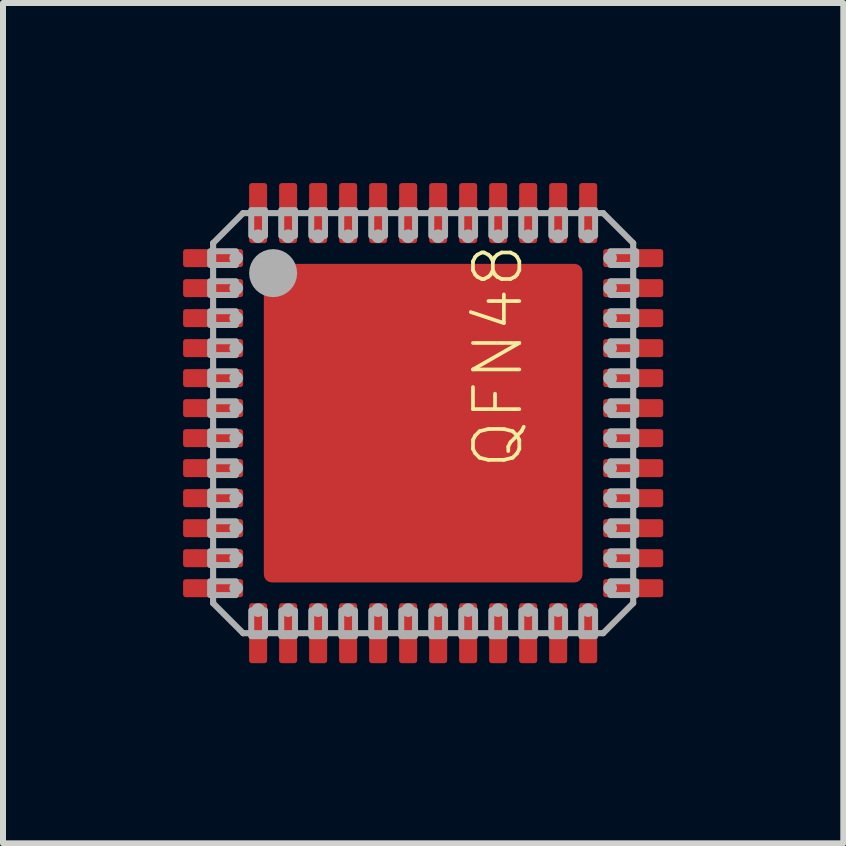
<source format=kicad_pcb>
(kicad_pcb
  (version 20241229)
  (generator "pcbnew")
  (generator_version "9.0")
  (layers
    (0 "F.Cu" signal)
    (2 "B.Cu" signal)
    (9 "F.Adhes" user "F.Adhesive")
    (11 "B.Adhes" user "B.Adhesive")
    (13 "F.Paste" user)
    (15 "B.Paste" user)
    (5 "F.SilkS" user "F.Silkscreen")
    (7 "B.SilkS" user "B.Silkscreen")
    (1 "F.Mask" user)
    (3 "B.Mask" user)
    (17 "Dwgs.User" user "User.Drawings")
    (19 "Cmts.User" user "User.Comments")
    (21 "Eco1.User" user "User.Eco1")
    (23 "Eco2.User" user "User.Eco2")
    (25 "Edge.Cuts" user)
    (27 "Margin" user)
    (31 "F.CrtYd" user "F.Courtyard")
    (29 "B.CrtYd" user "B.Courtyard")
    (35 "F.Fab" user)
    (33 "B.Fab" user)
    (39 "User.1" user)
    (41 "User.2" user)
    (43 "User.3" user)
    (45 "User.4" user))
  (footprint "QFN48"
    (layer "F.Cu")
    (at 4.001 4.001)
    (property "Reference" "QFN48" (at 1.7 0.8 90) (layer "F.SilkS") (effects (font (size 0.772 0.772) (thickness 0.062)) (justify left bottom)))
    (attr through_hole)
    (fp_line (start -3.95 -2.845) (end -3.055 -2.845) (stroke (width 0.102) (type solid)) (layer "F.Mask"))
    (fp_line (start -3.95 -2.655) (end -3.95 -2.845) (stroke (width 0.102) (type solid)) (layer "F.Mask"))
    (fp_line (start -3.95 -2.345) (end -3.055 -2.345) (stroke (width 0.102) (type solid)) (layer "F.Mask"))
    (fp_line (start -3.95 -2.155) (end -3.95 -2.345) (stroke (width 0.102) (type solid)) (layer "F.Mask"))
    (fp_line (start -3.95 -1.845) (end -3.055 -1.845) (stroke (width 0.102) (type solid)) (layer "F.Mask"))
    (fp_line (start -3.95 -1.655) (end -3.95 -1.845) (stroke (width 0.102) (type solid)) (layer "F.Mask"))
    (fp_line (start -3.95 -1.345) (end -3.055 -1.345) (stroke (width 0.102) (type solid)) (layer "F.Mask"))
    (fp_line (start -3.95 -1.155) (end -3.95 -1.345) (stroke (width 0.102) (type solid)) (layer "F.Mask"))
    (fp_line (start -3.95 -0.845) (end -3.055 -0.845) (stroke (width 0.102) (type solid)) (layer "F.Mask"))
    (fp_line (start -3.95 -0.655) (end -3.95 -0.845) (stroke (width 0.102) (type solid)) (layer "F.Mask"))
    (fp_line (start -3.95 -0.345) (end -3.055 -0.345) (stroke (width 0.102) (type solid)) (layer "F.Mask"))
    (fp_line (start -3.95 -0.155) (end -3.95 -0.345) (stroke (width 0.102) (type solid)) (layer "F.Mask"))
    (fp_line (start -3.95 0.155) (end -3.055 0.155) (stroke (width 0.102) (type solid)) (layer "F.Mask"))
    (fp_line (start -3.95 0.345) (end -3.95 0.155) (stroke (width 0.102) (type solid)) (layer "F.Mask"))
    (fp_line (start -3.95 0.655) (end -3.055 0.655) (stroke (width 0.102) (type solid)) (layer "F.Mask"))
    (fp_line (start -3.95 0.845) (end -3.95 0.655) (stroke (width 0.102) (type solid)) (layer "F.Mask"))
    (fp_line (start -3.95 1.155) (end -3.055 1.155) (stroke (width 0.102) (type solid)) (layer "F.Mask"))
    (fp_line (start -3.95 1.345) (end -3.95 1.155) (stroke (width 0.102) (type solid)) (layer "F.Mask"))
    (fp_line (start -3.95 1.655) (end -3.055 1.655) (stroke (width 0.102) (type solid)) (layer "F.Mask"))
    (fp_line (start -3.95 1.845) (end -3.95 1.655) (stroke (width 0.102) (type solid)) (layer "F.Mask"))
    (fp_line (start -3.95 2.155) (end -3.055 2.155) (stroke (width 0.102) (type solid)) (layer "F.Mask"))
    (fp_line (start -3.95 2.345) (end -3.95 2.155) (stroke (width 0.102) (type solid)) (layer "F.Mask"))
    (fp_line (start -3.95 2.655) (end -3.055 2.655) (stroke (width 0.102) (type solid)) (layer "F.Mask"))
    (fp_line (start -3.95 2.845) (end -3.95 2.655) (stroke (width 0.102) (type solid)) (layer "F.Mask"))
    (fp_line (start -3.945 -2.75) (end -3.105 -2.75) (stroke (width 0.102) (type solid)) (layer "F.Mask"))
    (fp_line (start -3.945 -2.25) (end -3.105 -2.25) (stroke (width 0.102) (type solid)) (layer "F.Mask"))
    (fp_line (start -3.945 -1.75) (end -3.105 -1.75) (stroke (width 0.102) (type solid)) (layer "F.Mask"))
    (fp_line (start -3.945 -1.25) (end -3.105 -1.25) (stroke (width 0.102) (type solid)) (layer "F.Mask"))
    (fp_line (start -3.945 -0.75) (end -3.105 -0.75) (stroke (width 0.102) (type solid)) (layer "F.Mask"))
    (fp_line (start -3.945 -0.25) (end -3.105 -0.25) (stroke (width 0.102) (type solid)) (layer "F.Mask"))
    (fp_line (start -3.945 0.25) (end -3.105 0.25) (stroke (width 0.102) (type solid)) (layer "F.Mask"))
    (fp_line (start -3.945 0.75) (end -3.105 0.75) (stroke (width 0.102) (type solid)) (layer "F.Mask"))
    (fp_line (start -3.945 1.25) (end -3.105 1.25) (stroke (width 0.102) (type solid)) (layer "F.Mask"))
    (fp_line (start -3.945 1.75) (end -3.105 1.75) (stroke (width 0.102) (type solid)) (layer "F.Mask"))
    (fp_line (start -3.945 2.25) (end -3.105 2.25) (stroke (width 0.102) (type solid)) (layer "F.Mask"))
    (fp_line (start -3.945 2.75) (end -3.105 2.75) (stroke (width 0.102) (type solid)) (layer "F.Mask"))
    (fp_line (start -3.055 -2.845) (end -3.055 -2.655) (stroke (width 0.102) (type solid)) (layer "F.Mask"))
    (fp_line (start -3.055 -2.655) (end -3.95 -2.655) (stroke (width 0.102) (type solid)) (layer "F.Mask"))
    (fp_line (start -3.055 -2.345) (end -3.055 -2.155) (stroke (width 0.102) (type solid)) (layer "F.Mask"))
    (fp_line (start -3.055 -2.155) (end -3.95 -2.155) (stroke (width 0.102) (type solid)) (layer "F.Mask"))
    (fp_line (start -3.055 -1.845) (end -3.055 -1.655) (stroke (width 0.102) (type solid)) (layer "F.Mask"))
    (fp_line (start -3.055 -1.655) (end -3.95 -1.655) (stroke (width 0.102) (type solid)) (layer "F.Mask"))
    (fp_line (start -3.055 -1.345) (end -3.055 -1.155) (stroke (width 0.102) (type solid)) (layer "F.Mask"))
    (fp_line (start -3.055 -1.155) (end -3.95 -1.155) (stroke (width 0.102) (type solid)) (layer "F.Mask"))
    (fp_line (start -3.055 -0.845) (end -3.055 -0.655) (stroke (width 0.102) (type solid)) (layer "F.Mask"))
    (fp_line (start -3.055 -0.655) (end -3.95 -0.655) (stroke (width 0.102) (type solid)) (layer "F.Mask"))
    (fp_line (start -3.055 -0.345) (end -3.055 -0.155) (stroke (width 0.102) (type solid)) (layer "F.Mask"))
    (fp_line (start -3.055 -0.155) (end -3.95 -0.155) (stroke (width 0.102) (type solid)) (layer "F.Mask"))
    (fp_line (start -3.055 0.155) (end -3.055 0.345) (stroke (width 0.102) (type solid)) (layer "F.Mask"))
    (fp_line (start -3.055 0.345) (end -3.95 0.345) (stroke (width 0.102) (type solid)) (layer "F.Mask"))
    (fp_line (start -3.055 0.655) (end -3.055 0.845) (stroke (width 0.102) (type solid)) (layer "F.Mask"))
    (fp_line (start -3.055 0.845) (end -3.95 0.845) (stroke (width 0.102) (type solid)) (layer "F.Mask"))
    (fp_line (start -3.055 1.155) (end -3.055 1.345) (stroke (width 0.102) (type solid)) (layer "F.Mask"))
    (fp_line (start -3.055 1.345) (end -3.95 1.345) (stroke (width 0.102) (type solid)) (layer "F.Mask"))
    (fp_line (start -3.055 1.655) (end -3.055 1.845) (stroke (width 0.102) (type solid)) (layer "F.Mask"))
    (fp_line (start -3.055 1.845) (end -3.95 1.845) (stroke (width 0.102) (type solid)) (layer "F.Mask"))
    (fp_line (start -3.055 2.155) (end -3.055 2.345) (stroke (width 0.102) (type solid)) (layer "F.Mask"))
    (fp_line (start -3.055 2.345) (end -3.95 2.345) (stroke (width 0.102) (type solid)) (layer "F.Mask"))
    (fp_line (start -3.055 2.655) (end -3.055 2.845) (stroke (width 0.102) (type solid)) (layer "F.Mask"))
    (fp_line (start -3.055 2.845) (end -3.95 2.845) (stroke (width 0.102) (type solid)) (layer "F.Mask"))
    (fp_line (start -2.845 -3.95) (end -2.655 -3.95) (stroke (width 0.102) (type solid)) (layer "F.Mask"))
    (fp_line (start -2.845 -3.055) (end -2.845 -3.95) (stroke (width 0.102) (type solid)) (layer "F.Mask"))
    (fp_line (start -2.845 3.055) (end -2.655 3.055) (stroke (width 0.102) (type solid)) (layer "F.Mask"))
    (fp_line (start -2.845 3.95) (end -2.845 3.055) (stroke (width 0.102) (type solid)) (layer "F.Mask"))
    (fp_line (start -2.75 -3.945) (end -2.75 -3.105) (stroke (width 0.102) (type solid)) (layer "F.Mask"))
    (fp_line (start -2.75 3.945) (end -2.75 3.105) (stroke (width 0.102) (type solid)) (layer "F.Mask"))
    (fp_line (start -2.655 -3.95) (end -2.655 -3.055) (stroke (width 0.102) (type solid)) (layer "F.Mask"))
    (fp_line (start -2.655 -3.055) (end -2.845 -3.055) (stroke (width 0.102) (type solid)) (layer "F.Mask"))
    (fp_line (start -2.655 3.055) (end -2.655 3.95) (stroke (width 0.102) (type solid)) (layer "F.Mask"))
    (fp_line (start -2.655 3.95) (end -2.845 3.95) (stroke (width 0.102) (type solid)) (layer "F.Mask"))
    (fp_line (start -2.345 -3.95) (end -2.155 -3.95) (stroke (width 0.102) (type solid)) (layer "F.Mask"))
    (fp_line (start -2.345 -3.055) (end -2.345 -3.95) (stroke (width 0.102) (type solid)) (layer "F.Mask"))
    (fp_line (start -2.345 3.055) (end -2.155 3.055) (stroke (width 0.102) (type solid)) (layer "F.Mask"))
    (fp_line (start -2.345 3.95) (end -2.345 3.055) (stroke (width 0.102) (type solid)) (layer "F.Mask"))
    (fp_line (start -2.25 -3.945) (end -2.25 -3.105) (stroke (width 0.102) (type solid)) (layer "F.Mask"))
    (fp_line (start -2.25 3.945) (end -2.25 3.105) (stroke (width 0.102) (type solid)) (layer "F.Mask"))
    (fp_line (start -2.155 -3.95) (end -2.155 -3.055) (stroke (width 0.102) (type solid)) (layer "F.Mask"))
    (fp_line (start -2.155 -3.055) (end -2.345 -3.055) (stroke (width 0.102) (type solid)) (layer "F.Mask"))
    (fp_line (start -2.155 3.055) (end -2.155 3.95) (stroke (width 0.102) (type solid)) (layer "F.Mask"))
    (fp_line (start -2.155 3.95) (end -2.345 3.95) (stroke (width 0.102) (type solid)) (layer "F.Mask"))
    (fp_line (start -1.845 -3.95) (end -1.655 -3.95) (stroke (width 0.102) (type solid)) (layer "F.Mask"))
    (fp_line (start -1.845 -3.055) (end -1.845 -3.95) (stroke (width 0.102) (type solid)) (layer "F.Mask"))
    (fp_line (start -1.845 3.055) (end -1.655 3.055) (stroke (width 0.102) (type solid)) (layer "F.Mask"))
    (fp_line (start -1.845 3.95) (end -1.845 3.055) (stroke (width 0.102) (type solid)) (layer "F.Mask"))
    (fp_line (start -1.75 -3.945) (end -1.75 -3.105) (stroke (width 0.102) (type solid)) (layer "F.Mask"))
    (fp_line (start -1.75 3.945) (end -1.75 3.105) (stroke (width 0.102) (type solid)) (layer "F.Mask"))
    (fp_line (start -1.655 -3.95) (end -1.655 -3.055) (stroke (width 0.102) (type solid)) (layer "F.Mask"))
    (fp_line (start -1.655 -3.055) (end -1.845 -3.055) (stroke (width 0.102) (type solid)) (layer "F.Mask"))
    (fp_line (start -1.655 3.055) (end -1.655 3.95) (stroke (width 0.102) (type solid)) (layer "F.Mask"))
    (fp_line (start -1.655 3.95) (end -1.845 3.95) (stroke (width 0.102) (type solid)) (layer "F.Mask"))
    (fp_line (start -1.345 -3.95) (end -1.155 -3.95) (stroke (width 0.102) (type solid)) (layer "F.Mask"))
    (fp_line (start -1.345 -3.055) (end -1.345 -3.95) (stroke (width 0.102) (type solid)) (layer "F.Mask"))
    (fp_line (start -1.345 3.055) (end -1.155 3.055) (stroke (width 0.102) (type solid)) (layer "F.Mask"))
    (fp_line (start -1.345 3.95) (end -1.345 3.055) (stroke (width 0.102) (type solid)) (layer "F.Mask"))
    (fp_line (start -1.25 -3.945) (end -1.25 -3.105) (stroke (width 0.102) (type solid)) (layer "F.Mask"))
    (fp_line (start -1.25 3.945) (end -1.25 3.105) (stroke (width 0.102) (type solid)) (layer "F.Mask"))
    (fp_line (start -1.155 -3.95) (end -1.155 -3.055) (stroke (width 0.102) (type solid)) (layer "F.Mask"))
    (fp_line (start -1.155 -3.055) (end -1.345 -3.055) (stroke (width 0.102) (type solid)) (layer "F.Mask"))
    (fp_line (start -1.155 3.055) (end -1.155 3.95) (stroke (width 0.102) (type solid)) (layer "F.Mask"))
    (fp_line (start -1.155 3.95) (end -1.345 3.95) (stroke (width 0.102) (type solid)) (layer "F.Mask"))
    (fp_line (start -0.845 -3.95) (end -0.655 -3.95) (stroke (width 0.102) (type solid)) (layer "F.Mask"))
    (fp_line (start -0.845 -3.055) (end -0.845 -3.95) (stroke (width 0.102) (type solid)) (layer "F.Mask"))
    (fp_line (start -0.845 3.055) (end -0.655 3.055) (stroke (width 0.102) (type solid)) (layer "F.Mask"))
    (fp_line (start -0.845 3.95) (end -0.845 3.055) (stroke (width 0.102) (type solid)) (layer "F.Mask"))
    (fp_line (start -0.75 -3.945) (end -0.75 -3.105) (stroke (width 0.102) (type solid)) (layer "F.Mask"))
    (fp_line (start -0.75 3.945) (end -0.75 3.105) (stroke (width 0.102) (type solid)) (layer "F.Mask"))
    (fp_line (start -0.655 -3.95) (end -0.655 -3.055) (stroke (width 0.102) (type solid)) (layer "F.Mask"))
    (fp_line (start -0.655 -3.055) (end -0.845 -3.055) (stroke (width 0.102) (type solid)) (layer "F.Mask"))
    (fp_line (start -0.655 3.055) (end -0.655 3.95) (stroke (width 0.102) (type solid)) (layer "F.Mask"))
    (fp_line (start -0.655 3.95) (end -0.845 3.95) (stroke (width 0.102) (type solid)) (layer "F.Mask"))
    (fp_line (start -0.345 -3.95) (end -0.155 -3.95) (stroke (width 0.102) (type solid)) (layer "F.Mask"))
    (fp_line (start -0.345 -3.055) (end -0.345 -3.95) (stroke (width 0.102) (type solid)) (layer "F.Mask"))
    (fp_line (start -0.345 3.055) (end -0.155 3.055) (stroke (width 0.102) (type solid)) (layer "F.Mask"))
    (fp_line (start -0.345 3.95) (end -0.345 3.055) (stroke (width 0.102) (type solid)) (layer "F.Mask"))
    (fp_line (start -0.25 -3.945) (end -0.25 -3.105) (stroke (width 0.102) (type solid)) (layer "F.Mask"))
    (fp_line (start -0.25 3.945) (end -0.25 3.105) (stroke (width 0.102) (type solid)) (layer "F.Mask"))
    (fp_line (start -0.155 -3.95) (end -0.155 -3.055) (stroke (width 0.102) (type solid)) (layer "F.Mask"))
    (fp_line (start -0.155 -3.055) (end -0.345 -3.055) (stroke (width 0.102) (type solid)) (layer "F.Mask"))
    (fp_line (start -0.155 3.055) (end -0.155 3.95) (stroke (width 0.102) (type solid)) (layer "F.Mask"))
    (fp_line (start -0.155 3.95) (end -0.345 3.95) (stroke (width 0.102) (type solid)) (layer "F.Mask"))
    (fp_line (start 0.155 -3.95) (end 0.345 -3.95) (stroke (width 0.102) (type solid)) (layer "F.Mask"))
    (fp_line (start 0.155 -3.055) (end 0.155 -3.95) (stroke (width 0.102) (type solid)) (layer "F.Mask"))
    (fp_line (start 0.155 3.055) (end 0.345 3.055) (stroke (width 0.102) (type solid)) (layer "F.Mask"))
    (fp_line (start 0.155 3.95) (end 0.155 3.055) (stroke (width 0.102) (type solid)) (layer "F.Mask"))
    (fp_line (start 0.25 -3.945) (end 0.25 -3.105) (stroke (width 0.102) (type solid)) (layer "F.Mask"))
    (fp_line (start 0.25 3.945) (end 0.25 3.105) (stroke (width 0.102) (type solid)) (layer "F.Mask"))
    (fp_line (start 0.345 -3.95) (end 0.345 -3.055) (stroke (width 0.102) (type solid)) (layer "F.Mask"))
    (fp_line (start 0.345 -3.055) (end 0.155 -3.055) (stroke (width 0.102) (type solid)) (layer "F.Mask"))
    (fp_line (start 0.345 3.055) (end 0.345 3.95) (stroke (width 0.102) (type solid)) (layer "F.Mask"))
    (fp_line (start 0.345 3.95) (end 0.155 3.95) (stroke (width 0.102) (type solid)) (layer "F.Mask"))
    (fp_line (start 0.655 -3.95) (end 0.845 -3.95) (stroke (width 0.102) (type solid)) (layer "F.Mask"))
    (fp_line (start 0.655 -3.055) (end 0.655 -3.95) (stroke (width 0.102) (type solid)) (layer "F.Mask"))
    (fp_line (start 0.655 3.055) (end 0.845 3.055) (stroke (width 0.102) (type solid)) (layer "F.Mask"))
    (fp_line (start 0.655 3.95) (end 0.655 3.055) (stroke (width 0.102) (type solid)) (layer "F.Mask"))
    (fp_line (start 0.75 -3.945) (end 0.75 -3.105) (stroke (width 0.102) (type solid)) (layer "F.Mask"))
    (fp_line (start 0.75 3.945) (end 0.75 3.105) (stroke (width 0.102) (type solid)) (layer "F.Mask"))
    (fp_line (start 0.845 -3.95) (end 0.845 -3.055) (stroke (width 0.102) (type solid)) (layer "F.Mask"))
    (fp_line (start 0.845 -3.055) (end 0.655 -3.055) (stroke (width 0.102) (type solid)) (layer "F.Mask"))
    (fp_line (start 0.845 3.055) (end 0.845 3.95) (stroke (width 0.102) (type solid)) (layer "F.Mask"))
    (fp_line (start 0.845 3.95) (end 0.655 3.95) (stroke (width 0.102) (type solid)) (layer "F.Mask"))
    (fp_line (start 1.155 -3.95) (end 1.345 -3.95) (stroke (width 0.102) (type solid)) (layer "F.Mask"))
    (fp_line (start 1.155 -3.055) (end 1.155 -3.95) (stroke (width 0.102) (type solid)) (layer "F.Mask"))
    (fp_line (start 1.155 3.055) (end 1.345 3.055) (stroke (width 0.102) (type solid)) (layer "F.Mask"))
    (fp_line (start 1.155 3.95) (end 1.155 3.055) (stroke (width 0.102) (type solid)) (layer "F.Mask"))
    (fp_line (start 1.25 -3.945) (end 1.25 -3.105) (stroke (width 0.102) (type solid)) (layer "F.Mask"))
    (fp_line (start 1.25 3.945) (end 1.25 3.105) (stroke (width 0.102) (type solid)) (layer "F.Mask"))
    (fp_line (start 1.345 -3.95) (end 1.345 -3.055) (stroke (width 0.102) (type solid)) (layer "F.Mask"))
    (fp_line (start 1.345 -3.055) (end 1.155 -3.055) (stroke (width 0.102) (type solid)) (layer "F.Mask"))
    (fp_line (start 1.345 3.055) (end 1.345 3.95) (stroke (width 0.102) (type solid)) (layer "F.Mask"))
    (fp_line (start 1.345 3.95) (end 1.155 3.95) (stroke (width 0.102) (type solid)) (layer "F.Mask"))
    (fp_line (start 1.655 -3.95) (end 1.845 -3.95) (stroke (width 0.102) (type solid)) (layer "F.Mask"))
    (fp_line (start 1.655 -3.055) (end 1.655 -3.95) (stroke (width 0.102) (type solid)) (layer "F.Mask"))
    (fp_line (start 1.655 3.055) (end 1.845 3.055) (stroke (width 0.102) (type solid)) (layer "F.Mask"))
    (fp_line (start 1.655 3.95) (end 1.655 3.055) (stroke (width 0.102) (type solid)) (layer "F.Mask"))
    (fp_line (start 1.75 -3.945) (end 1.75 -3.105) (stroke (width 0.102) (type solid)) (layer "F.Mask"))
    (fp_line (start 1.75 3.945) (end 1.75 3.105) (stroke (width 0.102) (type solid)) (layer "F.Mask"))
    (fp_line (start 1.845 -3.95) (end 1.845 -3.055) (stroke (width 0.102) (type solid)) (layer "F.Mask"))
    (fp_line (start 1.845 -3.055) (end 1.655 -3.055) (stroke (width 0.102) (type solid)) (layer "F.Mask"))
    (fp_line (start 1.845 3.055) (end 1.845 3.95) (stroke (width 0.102) (type solid)) (layer "F.Mask"))
    (fp_line (start 1.845 3.95) (end 1.655 3.95) (stroke (width 0.102) (type solid)) (layer "F.Mask"))
    (fp_line (start 2.155 -3.95) (end 2.345 -3.95) (stroke (width 0.102) (type solid)) (layer "F.Mask"))
    (fp_line (start 2.155 -3.055) (end 2.155 -3.95) (stroke (width 0.102) (type solid)) (layer "F.Mask"))
    (fp_line (start 2.155 3.055) (end 2.345 3.055) (stroke (width 0.102) (type solid)) (layer "F.Mask"))
    (fp_line (start 2.155 3.95) (end 2.155 3.055) (stroke (width 0.102) (type solid)) (layer "F.Mask"))
    (fp_line (start 2.25 -3.945) (end 2.25 -3.105) (stroke (width 0.102) (type solid)) (layer "F.Mask"))
    (fp_line (start 2.25 3.945) (end 2.25 3.105) (stroke (width 0.102) (type solid)) (layer "F.Mask"))
    (fp_line (start 2.345 -3.95) (end 2.345 -3.055) (stroke (width 0.102) (type solid)) (layer "F.Mask"))
    (fp_line (start 2.345 -3.055) (end 2.155 -3.055) (stroke (width 0.102) (type solid)) (layer "F.Mask"))
    (fp_line (start 2.345 3.055) (end 2.345 3.95) (stroke (width 0.102) (type solid)) (layer "F.Mask"))
    (fp_line (start 2.345 3.95) (end 2.155 3.95) (stroke (width 0.102) (type solid)) (layer "F.Mask"))
    (fp_line (start 2.655 -3.95) (end 2.845 -3.95) (stroke (width 0.102) (type solid)) (layer "F.Mask"))
    (fp_line (start 2.655 -3.055) (end 2.655 -3.95) (stroke (width 0.102) (type solid)) (layer "F.Mask"))
    (fp_line (start 2.655 3.055) (end 2.845 3.055) (stroke (width 0.102) (type solid)) (layer "F.Mask"))
    (fp_line (start 2.655 3.95) (end 2.655 3.055) (stroke (width 0.102) (type solid)) (layer "F.Mask"))
    (fp_line (start 2.75 -3.945) (end 2.75 -3.105) (stroke (width 0.102) (type solid)) (layer "F.Mask"))
    (fp_line (start 2.75 3.945) (end 2.75 3.105) (stroke (width 0.102) (type solid)) (layer "F.Mask"))
    (fp_line (start 2.845 -3.95) (end 2.845 -3.055) (stroke (width 0.102) (type solid)) (layer "F.Mask"))
    (fp_line (start 2.845 -3.055) (end 2.655 -3.055) (stroke (width 0.102) (type solid)) (layer "F.Mask"))
    (fp_line (start 2.845 3.055) (end 2.845 3.95) (stroke (width 0.102) (type solid)) (layer "F.Mask"))
    (fp_line (start 2.845 3.95) (end 2.655 3.95) (stroke (width 0.102) (type solid)) (layer "F.Mask"))
    (fp_line (start 3.055 -2.845) (end 3.95 -2.845) (stroke (width 0.102) (type solid)) (layer "F.Mask"))
    (fp_line (start 3.055 -2.655) (end 3.055 -2.845) (stroke (width 0.102) (type solid)) (layer "F.Mask"))
    (fp_line (start 3.055 -2.345) (end 3.95 -2.345) (stroke (width 0.102) (type solid)) (layer "F.Mask"))
    (fp_line (start 3.055 -2.155) (end 3.055 -2.345) (stroke (width 0.102) (type solid)) (layer "F.Mask"))
    (fp_line (start 3.055 -1.845) (end 3.95 -1.845) (stroke (width 0.102) (type solid)) (layer "F.Mask"))
    (fp_line (start 3.055 -1.655) (end 3.055 -1.845) (stroke (width 0.102) (type solid)) (layer "F.Mask"))
    (fp_line (start 3.055 -1.345) (end 3.95 -1.345) (stroke (width 0.102) (type solid)) (layer "F.Mask"))
    (fp_line (start 3.055 -1.155) (end 3.055 -1.345) (stroke (width 0.102) (type solid)) (layer "F.Mask"))
    (fp_line (start 3.055 -0.845) (end 3.95 -0.845) (stroke (width 0.102) (type solid)) (layer "F.Mask"))
    (fp_line (start 3.055 -0.655) (end 3.055 -0.845) (stroke (width 0.102) (type solid)) (layer "F.Mask"))
    (fp_line (start 3.055 -0.345) (end 3.95 -0.345) (stroke (width 0.102) (type solid)) (layer "F.Mask"))
    (fp_line (start 3.055 -0.155) (end 3.055 -0.345) (stroke (width 0.102) (type solid)) (layer "F.Mask"))
    (fp_line (start 3.055 0.155) (end 3.95 0.155) (stroke (width 0.102) (type solid)) (layer "F.Mask"))
    (fp_line (start 3.055 0.345) (end 3.055 0.155) (stroke (width 0.102) (type solid)) (layer "F.Mask"))
    (fp_line (start 3.055 0.655) (end 3.95 0.655) (stroke (width 0.102) (type solid)) (layer "F.Mask"))
    (fp_line (start 3.055 0.845) (end 3.055 0.655) (stroke (width 0.102) (type solid)) (layer "F.Mask"))
    (fp_line (start 3.055 1.155) (end 3.95 1.155) (stroke (width 0.102) (type solid)) (layer "F.Mask"))
    (fp_line (start 3.055 1.345) (end 3.055 1.155) (stroke (width 0.102) (type solid)) (layer "F.Mask"))
    (fp_line (start 3.055 1.655) (end 3.95 1.655) (stroke (width 0.102) (type solid)) (layer "F.Mask"))
    (fp_line (start 3.055 1.845) (end 3.055 1.655) (stroke (width 0.102) (type solid)) (layer "F.Mask"))
    (fp_line (start 3.055 2.155) (end 3.95 2.155) (stroke (width 0.102) (type solid)) (layer "F.Mask"))
    (fp_line (start 3.055 2.345) (end 3.055 2.155) (stroke (width 0.102) (type solid)) (layer "F.Mask"))
    (fp_line (start 3.055 2.655) (end 3.95 2.655) (stroke (width 0.102) (type solid)) (layer "F.Mask"))
    (fp_line (start 3.055 2.845) (end 3.055 2.655) (stroke (width 0.102) (type solid)) (layer "F.Mask"))
    (fp_line (start 3.945 -2.75) (end 3.105 -2.75) (stroke (width 0.102) (type solid)) (layer "F.Mask"))
    (fp_line (start 3.945 -2.25) (end 3.105 -2.25) (stroke (width 0.102) (type solid)) (layer "F.Mask"))
    (fp_line (start 3.945 -1.75) (end 3.105 -1.75) (stroke (width 0.102) (type solid)) (layer "F.Mask"))
    (fp_line (start 3.945 -1.25) (end 3.105 -1.25) (stroke (width 0.102) (type solid)) (layer "F.Mask"))
    (fp_line (start 3.945 -0.75) (end 3.105 -0.75) (stroke (width 0.102) (type solid)) (layer "F.Mask"))
    (fp_line (start 3.945 -0.25) (end 3.105 -0.25) (stroke (width 0.102) (type solid)) (layer "F.Mask"))
    (fp_line (start 3.945 0.25) (end 3.105 0.25) (stroke (width 0.102) (type solid)) (layer "F.Mask"))
    (fp_line (start 3.945 0.75) (end 3.105 0.75) (stroke (width 0.102) (type solid)) (layer "F.Mask"))
    (fp_line (start 3.945 1.25) (end 3.105 1.25) (stroke (width 0.102) (type solid)) (layer "F.Mask"))
    (fp_line (start 3.945 1.75) (end 3.105 1.75) (stroke (width 0.102) (type solid)) (layer "F.Mask"))
    (fp_line (start 3.945 2.25) (end 3.105 2.25) (stroke (width 0.102) (type solid)) (layer "F.Mask"))
    (fp_line (start 3.945 2.75) (end 3.105 2.75) (stroke (width 0.102) (type solid)) (layer "F.Mask"))
    (fp_line (start 3.95 -2.845) (end 3.95 -2.655) (stroke (width 0.102) (type solid)) (layer "F.Mask"))
    (fp_line (start 3.95 -2.655) (end 3.055 -2.655) (stroke (width 0.102) (type solid)) (layer "F.Mask"))
    (fp_line (start 3.95 -2.345) (end 3.95 -2.155) (stroke (width 0.102) (type solid)) (layer "F.Mask"))
    (fp_line (start 3.95 -2.155) (end 3.055 -2.155) (stroke (width 0.102) (type solid)) (layer "F.Mask"))
    (fp_line (start 3.95 -1.845) (end 3.95 -1.655) (stroke (width 0.102) (type solid)) (layer "F.Mask"))
    (fp_line (start 3.95 -1.655) (end 3.055 -1.655) (stroke (width 0.102) (type solid)) (layer "F.Mask"))
    (fp_line (start 3.95 -1.345) (end 3.95 -1.155) (stroke (width 0.102) (type solid)) (layer "F.Mask"))
    (fp_line (start 3.95 -1.155) (end 3.055 -1.155) (stroke (width 0.102) (type solid)) (layer "F.Mask"))
    (fp_line (start 3.95 -0.845) (end 3.95 -0.655) (stroke (width 0.102) (type solid)) (layer "F.Mask"))
    (fp_line (start 3.95 -0.655) (end 3.055 -0.655) (stroke (width 0.102) (type solid)) (layer "F.Mask"))
    (fp_line (start 3.95 -0.345) (end 3.95 -0.155) (stroke (width 0.102) (type solid)) (layer "F.Mask"))
    (fp_line (start 3.95 -0.155) (end 3.055 -0.155) (stroke (width 0.102) (type solid)) (layer "F.Mask"))
    (fp_line (start 3.95 0.155) (end 3.95 0.345) (stroke (width 0.102) (type solid)) (layer "F.Mask"))
    (fp_line (start 3.95 0.345) (end 3.055 0.345) (stroke (width 0.102) (type solid)) (layer "F.Mask"))
    (fp_line (start 3.95 0.655) (end 3.95 0.845) (stroke (width 0.102) (type solid)) (layer "F.Mask"))
    (fp_line (start 3.95 0.845) (end 3.055 0.845) (stroke (width 0.102) (type solid)) (layer "F.Mask"))
    (fp_line (start 3.95 1.155) (end 3.95 1.345) (stroke (width 0.102) (type solid)) (layer "F.Mask"))
    (fp_line (start 3.95 1.345) (end 3.055 1.345) (stroke (width 0.102) (type solid)) (layer "F.Mask"))
    (fp_line (start 3.95 1.655) (end 3.95 1.845) (stroke (width 0.102) (type solid)) (layer "F.Mask"))
    (fp_line (start 3.95 1.845) (end 3.055 1.845) (stroke (width 0.102) (type solid)) (layer "F.Mask"))
    (fp_line (start 3.95 2.155) (end 3.95 2.345) (stroke (width 0.102) (type solid)) (layer "F.Mask"))
    (fp_line (start 3.95 2.345) (end 3.055 2.345) (stroke (width 0.102) (type solid)) (layer "F.Mask"))
    (fp_line (start 3.95 2.655) (end 3.95 2.845) (stroke (width 0.102) (type solid)) (layer "F.Mask"))
    (fp_line (start 3.95 2.845) (end 3.055 2.845) (stroke (width 0.102) (type solid)) (layer "F.Mask"))
    (fp_poly (pts (xy -2.54 2.54) (xy 2.54 2.54) (xy 2.54 -2.54) (xy -2.54 -2.54)) (stroke (width 0) (type solid)) (fill yes) (layer "F.Mask"))
    (fp_line (start -3.95 -2.84) (end -3.06 -2.84) (stroke (width 0.102) (type solid)) (layer "F.Paste"))
    (fp_line (start -3.95 -2.66) (end -3.95 -2.84) (stroke (width 0.102) (type solid)) (layer "F.Paste"))
    (fp_line (start -3.95 -2.34) (end -3.06 -2.34) (stroke (width 0.102) (type solid)) (layer "F.Paste"))
    (fp_line (start -3.95 -2.16) (end -3.95 -2.34) (stroke (width 0.102) (type solid)) (layer "F.Paste"))
    (fp_line (start -3.95 -1.84) (end -3.06 -1.84) (stroke (width 0.102) (type solid)) (layer "F.Paste"))
    (fp_line (start -3.95 -1.66) (end -3.95 -1.84) (stroke (width 0.102) (type solid)) (layer "F.Paste"))
    (fp_line (start -3.95 -1.34) (end -3.06 -1.34) (stroke (width 0.102) (type solid)) (layer "F.Paste"))
    (fp_line (start -3.95 -1.16) (end -3.95 -1.34) (stroke (width 0.102) (type solid)) (layer "F.Paste"))
    (fp_line (start -3.95 -0.84) (end -3.06 -0.84) (stroke (width 0.102) (type solid)) (layer "F.Paste"))
    (fp_line (start -3.95 -0.66) (end -3.95 -0.84) (stroke (width 0.102) (type solid)) (layer "F.Paste"))
    (fp_line (start -3.95 -0.34) (end -3.06 -0.34) (stroke (width 0.102) (type solid)) (layer "F.Paste"))
    (fp_line (start -3.95 -0.16) (end -3.95 -0.34) (stroke (width 0.102) (type solid)) (layer "F.Paste"))
    (fp_line (start -3.95 0.16) (end -3.06 0.16) (stroke (width 0.102) (type solid)) (layer "F.Paste"))
    (fp_line (start -3.95 0.34) (end -3.95 0.16) (stroke (width 0.102) (type solid)) (layer "F.Paste"))
    (fp_line (start -3.95 0.66) (end -3.06 0.66) (stroke (width 0.102) (type solid)) (layer "F.Paste"))
    (fp_line (start -3.95 0.84) (end -3.95 0.66) (stroke (width 0.102) (type solid)) (layer "F.Paste"))
    (fp_line (start -3.95 1.16) (end -3.06 1.16) (stroke (width 0.102) (type solid)) (layer "F.Paste"))
    (fp_line (start -3.95 1.34) (end -3.95 1.16) (stroke (width 0.102) (type solid)) (layer "F.Paste"))
    (fp_line (start -3.95 1.66) (end -3.06 1.66) (stroke (width 0.102) (type solid)) (layer "F.Paste"))
    (fp_line (start -3.95 1.84) (end -3.95 1.66) (stroke (width 0.102) (type solid)) (layer "F.Paste"))
    (fp_line (start -3.95 2.16) (end -3.06 2.16) (stroke (width 0.102) (type solid)) (layer "F.Paste"))
    (fp_line (start -3.95 2.34) (end -3.95 2.16) (stroke (width 0.102) (type solid)) (layer "F.Paste"))
    (fp_line (start -3.95 2.66) (end -3.06 2.66) (stroke (width 0.102) (type solid)) (layer "F.Paste"))
    (fp_line (start -3.95 2.84) (end -3.95 2.66) (stroke (width 0.102) (type solid)) (layer "F.Paste"))
    (fp_line (start -3.94 -2.75) (end -3.11 -2.75) (stroke (width 0.102) (type solid)) (layer "F.Paste"))
    (fp_line (start -3.94 -2.25) (end -3.11 -2.25) (stroke (width 0.102) (type solid)) (layer "F.Paste"))
    (fp_line (start -3.94 -1.75) (end -3.11 -1.75) (stroke (width 0.102) (type solid)) (layer "F.Paste"))
    (fp_line (start -3.94 -1.25) (end -3.11 -1.25) (stroke (width 0.102) (type solid)) (layer "F.Paste"))
    (fp_line (start -3.94 -0.75) (end -3.11 -0.75) (stroke (width 0.102) (type solid)) (layer "F.Paste"))
    (fp_line (start -3.94 -0.25) (end -3.11 -0.25) (stroke (width 0.102) (type solid)) (layer "F.Paste"))
    (fp_line (start -3.94 0.25) (end -3.11 0.25) (stroke (width 0.102) (type solid)) (layer "F.Paste"))
    (fp_line (start -3.94 0.75) (end -3.11 0.75) (stroke (width 0.102) (type solid)) (layer "F.Paste"))
    (fp_line (start -3.94 1.25) (end -3.11 1.25) (stroke (width 0.102) (type solid)) (layer "F.Paste"))
    (fp_line (start -3.94 1.75) (end -3.11 1.75) (stroke (width 0.102) (type solid)) (layer "F.Paste"))
    (fp_line (start -3.94 2.25) (end -3.11 2.25) (stroke (width 0.102) (type solid)) (layer "F.Paste"))
    (fp_line (start -3.94 2.75) (end -3.11 2.75) (stroke (width 0.102) (type solid)) (layer "F.Paste"))
    (fp_line (start -3.06 -2.84) (end -3.06 -2.66) (stroke (width 0.102) (type solid)) (layer "F.Paste"))
    (fp_line (start -3.06 -2.66) (end -3.95 -2.66) (stroke (width 0.102) (type solid)) (layer "F.Paste"))
    (fp_line (start -3.06 -2.34) (end -3.06 -2.16) (stroke (width 0.102) (type solid)) (layer "F.Paste"))
    (fp_line (start -3.06 -2.16) (end -3.95 -2.16) (stroke (width 0.102) (type solid)) (layer "F.Paste"))
    (fp_line (start -3.06 -1.84) (end -3.06 -1.66) (stroke (width 0.102) (type solid)) (layer "F.Paste"))
    (fp_line (start -3.06 -1.66) (end -3.95 -1.66) (stroke (width 0.102) (type solid)) (layer "F.Paste"))
    (fp_line (start -3.06 -1.34) (end -3.06 -1.16) (stroke (width 0.102) (type solid)) (layer "F.Paste"))
    (fp_line (start -3.06 -1.16) (end -3.95 -1.16) (stroke (width 0.102) (type solid)) (layer "F.Paste"))
    (fp_line (start -3.06 -0.84) (end -3.06 -0.66) (stroke (width 0.102) (type solid)) (layer "F.Paste"))
    (fp_line (start -3.06 -0.66) (end -3.95 -0.66) (stroke (width 0.102) (type solid)) (layer "F.Paste"))
    (fp_line (start -3.06 -0.34) (end -3.06 -0.16) (stroke (width 0.102) (type solid)) (layer "F.Paste"))
    (fp_line (start -3.06 -0.16) (end -3.95 -0.16) (stroke (width 0.102) (type solid)) (layer "F.Paste"))
    (fp_line (start -3.06 0.16) (end -3.06 0.34) (stroke (width 0.102) (type solid)) (layer "F.Paste"))
    (fp_line (start -3.06 0.34) (end -3.95 0.34) (stroke (width 0.102) (type solid)) (layer "F.Paste"))
    (fp_line (start -3.06 0.66) (end -3.06 0.84) (stroke (width 0.102) (type solid)) (layer "F.Paste"))
    (fp_line (start -3.06 0.84) (end -3.95 0.84) (stroke (width 0.102) (type solid)) (layer "F.Paste"))
    (fp_line (start -3.06 1.16) (end -3.06 1.34) (stroke (width 0.102) (type solid)) (layer "F.Paste"))
    (fp_line (start -3.06 1.34) (end -3.95 1.34) (stroke (width 0.102) (type solid)) (layer "F.Paste"))
    (fp_line (start -3.06 1.66) (end -3.06 1.84) (stroke (width 0.102) (type solid)) (layer "F.Paste"))
    (fp_line (start -3.06 1.84) (end -3.95 1.84) (stroke (width 0.102) (type solid)) (layer "F.Paste"))
    (fp_line (start -3.06 2.16) (end -3.06 2.34) (stroke (width 0.102) (type solid)) (layer "F.Paste"))
    (fp_line (start -3.06 2.34) (end -3.95 2.34) (stroke (width 0.102) (type solid)) (layer "F.Paste"))
    (fp_line (start -3.06 2.66) (end -3.06 2.84) (stroke (width 0.102) (type solid)) (layer "F.Paste"))
    (fp_line (start -3.06 2.84) (end -3.95 2.84) (stroke (width 0.102) (type solid)) (layer "F.Paste"))
    (fp_line (start -2.84 -3.95) (end -2.66 -3.95) (stroke (width 0.102) (type solid)) (layer "F.Paste"))
    (fp_line (start -2.84 -3.06) (end -2.84 -3.95) (stroke (width 0.102) (type solid)) (layer "F.Paste"))
    (fp_line (start -2.84 3.06) (end -2.66 3.06) (stroke (width 0.102) (type solid)) (layer "F.Paste"))
    (fp_line (start -2.84 3.95) (end -2.84 3.06) (stroke (width 0.102) (type solid)) (layer "F.Paste"))
    (fp_line (start -2.75 -3.94) (end -2.75 -3.11) (stroke (width 0.102) (type solid)) (layer "F.Paste"))
    (fp_line (start -2.75 3.94) (end -2.75 3.11) (stroke (width 0.102) (type solid)) (layer "F.Paste"))
    (fp_line (start -2.66 -3.95) (end -2.66 -3.06) (stroke (width 0.102) (type solid)) (layer "F.Paste"))
    (fp_line (start -2.66 -3.06) (end -2.84 -3.06) (stroke (width 0.102) (type solid)) (layer "F.Paste"))
    (fp_line (start -2.66 3.06) (end -2.66 3.95) (stroke (width 0.102) (type solid)) (layer "F.Paste"))
    (fp_line (start -2.66 3.95) (end -2.84 3.95) (stroke (width 0.102) (type solid)) (layer "F.Paste"))
    (fp_line (start -2.34 -3.95) (end -2.16 -3.95) (stroke (width 0.102) (type solid)) (layer "F.Paste"))
    (fp_line (start -2.34 -3.06) (end -2.34 -3.95) (stroke (width 0.102) (type solid)) (layer "F.Paste"))
    (fp_line (start -2.34 3.06) (end -2.16 3.06) (stroke (width 0.102) (type solid)) (layer "F.Paste"))
    (fp_line (start -2.34 3.95) (end -2.34 3.06) (stroke (width 0.102) (type solid)) (layer "F.Paste"))
    (fp_line (start -2.25 -3.94) (end -2.25 -3.11) (stroke (width 0.102) (type solid)) (layer "F.Paste"))
    (fp_line (start -2.25 3.94) (end -2.25 3.11) (stroke (width 0.102) (type solid)) (layer "F.Paste"))
    (fp_line (start -2.16 -3.95) (end -2.16 -3.06) (stroke (width 0.102) (type solid)) (layer "F.Paste"))
    (fp_line (start -2.16 -3.06) (end -2.34 -3.06) (stroke (width 0.102) (type solid)) (layer "F.Paste"))
    (fp_line (start -2.16 3.06) (end -2.16 3.95) (stroke (width 0.102) (type solid)) (layer "F.Paste"))
    (fp_line (start -2.16 3.95) (end -2.34 3.95) (stroke (width 0.102) (type solid)) (layer "F.Paste"))
    (fp_line (start -1.84 -3.95) (end -1.66 -3.95) (stroke (width 0.102) (type solid)) (layer "F.Paste"))
    (fp_line (start -1.84 -3.06) (end -1.84 -3.95) (stroke (width 0.102) (type solid)) (layer "F.Paste"))
    (fp_line (start -1.84 3.06) (end -1.66 3.06) (stroke (width 0.102) (type solid)) (layer "F.Paste"))
    (fp_line (start -1.84 3.95) (end -1.84 3.06) (stroke (width 0.102) (type solid)) (layer "F.Paste"))
    (fp_line (start -1.75 -3.94) (end -1.75 -3.11) (stroke (width 0.102) (type solid)) (layer "F.Paste"))
    (fp_line (start -1.75 3.94) (end -1.75 3.11) (stroke (width 0.102) (type solid)) (layer "F.Paste"))
    (fp_line (start -1.66 -3.95) (end -1.66 -3.06) (stroke (width 0.102) (type solid)) (layer "F.Paste"))
    (fp_line (start -1.66 -3.06) (end -1.84 -3.06) (stroke (width 0.102) (type solid)) (layer "F.Paste"))
    (fp_line (start -1.66 3.06) (end -1.66 3.95) (stroke (width 0.102) (type solid)) (layer "F.Paste"))
    (fp_line (start -1.66 3.95) (end -1.84 3.95) (stroke (width 0.102) (type solid)) (layer "F.Paste"))
    (fp_line (start -1.34 -3.95) (end -1.16 -3.95) (stroke (width 0.102) (type solid)) (layer "F.Paste"))
    (fp_line (start -1.34 -3.06) (end -1.34 -3.95) (stroke (width 0.102) (type solid)) (layer "F.Paste"))
    (fp_line (start -1.34 3.06) (end -1.16 3.06) (stroke (width 0.102) (type solid)) (layer "F.Paste"))
    (fp_line (start -1.34 3.95) (end -1.34 3.06) (stroke (width 0.102) (type solid)) (layer "F.Paste"))
    (fp_line (start -1.25 -3.94) (end -1.25 -3.11) (stroke (width 0.102) (type solid)) (layer "F.Paste"))
    (fp_line (start -1.25 3.94) (end -1.25 3.11) (stroke (width 0.102) (type solid)) (layer "F.Paste"))
    (fp_line (start -1.16 -3.95) (end -1.16 -3.06) (stroke (width 0.102) (type solid)) (layer "F.Paste"))
    (fp_line (start -1.16 -3.06) (end -1.34 -3.06) (stroke (width 0.102) (type solid)) (layer "F.Paste"))
    (fp_line (start -1.16 3.06) (end -1.16 3.95) (stroke (width 0.102) (type solid)) (layer "F.Paste"))
    (fp_line (start -1.16 3.95) (end -1.34 3.95) (stroke (width 0.102) (type solid)) (layer "F.Paste"))
    (fp_line (start -0.84 -3.95) (end -0.66 -3.95) (stroke (width 0.102) (type solid)) (layer "F.Paste"))
    (fp_line (start -0.84 -3.06) (end -0.84 -3.95) (stroke (width 0.102) (type solid)) (layer "F.Paste"))
    (fp_line (start -0.84 3.06) (end -0.66 3.06) (stroke (width 0.102) (type solid)) (layer "F.Paste"))
    (fp_line (start -0.84 3.95) (end -0.84 3.06) (stroke (width 0.102) (type solid)) (layer "F.Paste"))
    (fp_line (start -0.75 -3.94) (end -0.75 -3.11) (stroke (width 0.102) (type solid)) (layer "F.Paste"))
    (fp_line (start -0.75 3.94) (end -0.75 3.11) (stroke (width 0.102) (type solid)) (layer "F.Paste"))
    (fp_line (start -0.66 -3.95) (end -0.66 -3.06) (stroke (width 0.102) (type solid)) (layer "F.Paste"))
    (fp_line (start -0.66 -3.06) (end -0.84 -3.06) (stroke (width 0.102) (type solid)) (layer "F.Paste"))
    (fp_line (start -0.66 3.06) (end -0.66 3.95) (stroke (width 0.102) (type solid)) (layer "F.Paste"))
    (fp_line (start -0.66 3.95) (end -0.84 3.95) (stroke (width 0.102) (type solid)) (layer "F.Paste"))
    (fp_line (start -0.34 -3.95) (end -0.16 -3.95) (stroke (width 0.102) (type solid)) (layer "F.Paste"))
    (fp_line (start -0.34 -3.06) (end -0.34 -3.95) (stroke (width 0.102) (type solid)) (layer "F.Paste"))
    (fp_line (start -0.34 3.06) (end -0.16 3.06) (stroke (width 0.102) (type solid)) (layer "F.Paste"))
    (fp_line (start -0.34 3.95) (end -0.34 3.06) (stroke (width 0.102) (type solid)) (layer "F.Paste"))
    (fp_line (start -0.25 -3.94) (end -0.25 -3.11) (stroke (width 0.102) (type solid)) (layer "F.Paste"))
    (fp_line (start -0.25 3.94) (end -0.25 3.11) (stroke (width 0.102) (type solid)) (layer "F.Paste"))
    (fp_line (start -0.16 -3.95) (end -0.16 -3.06) (stroke (width 0.102) (type solid)) (layer "F.Paste"))
    (fp_line (start -0.16 -3.06) (end -0.34 -3.06) (stroke (width 0.102) (type solid)) (layer "F.Paste"))
    (fp_line (start -0.16 3.06) (end -0.16 3.95) (stroke (width 0.102) (type solid)) (layer "F.Paste"))
    (fp_line (start -0.16 3.95) (end -0.34 3.95) (stroke (width 0.102) (type solid)) (layer "F.Paste"))
    (fp_line (start 0.16 -3.95) (end 0.34 -3.95) (stroke (width 0.102) (type solid)) (layer "F.Paste"))
    (fp_line (start 0.16 -3.06) (end 0.16 -3.95) (stroke (width 0.102) (type solid)) (layer "F.Paste"))
    (fp_line (start 0.16 3.06) (end 0.34 3.06) (stroke (width 0.102) (type solid)) (layer "F.Paste"))
    (fp_line (start 0.16 3.95) (end 0.16 3.06) (stroke (width 0.102) (type solid)) (layer "F.Paste"))
    (fp_line (start 0.25 -3.94) (end 0.25 -3.11) (stroke (width 0.102) (type solid)) (layer "F.Paste"))
    (fp_line (start 0.25 3.94) (end 0.25 3.11) (stroke (width 0.102) (type solid)) (layer "F.Paste"))
    (fp_line (start 0.34 -3.95) (end 0.34 -3.06) (stroke (width 0.102) (type solid)) (layer "F.Paste"))
    (fp_line (start 0.34 -3.06) (end 0.16 -3.06) (stroke (width 0.102) (type solid)) (layer "F.Paste"))
    (fp_line (start 0.34 3.06) (end 0.34 3.95) (stroke (width 0.102) (type solid)) (layer "F.Paste"))
    (fp_line (start 0.34 3.95) (end 0.16 3.95) (stroke (width 0.102) (type solid)) (layer "F.Paste"))
    (fp_line (start 0.66 -3.95) (end 0.84 -3.95) (stroke (width 0.102) (type solid)) (layer "F.Paste"))
    (fp_line (start 0.66 -3.06) (end 0.66 -3.95) (stroke (width 0.102) (type solid)) (layer "F.Paste"))
    (fp_line (start 0.66 3.06) (end 0.84 3.06) (stroke (width 0.102) (type solid)) (layer "F.Paste"))
    (fp_line (start 0.66 3.95) (end 0.66 3.06) (stroke (width 0.102) (type solid)) (layer "F.Paste"))
    (fp_line (start 0.75 -3.94) (end 0.75 -3.11) (stroke (width 0.102) (type solid)) (layer "F.Paste"))
    (fp_line (start 0.75 3.94) (end 0.75 3.11) (stroke (width 0.102) (type solid)) (layer "F.Paste"))
    (fp_line (start 0.84 -3.95) (end 0.84 -3.06) (stroke (width 0.102) (type solid)) (layer "F.Paste"))
    (fp_line (start 0.84 -3.06) (end 0.66 -3.06) (stroke (width 0.102) (type solid)) (layer "F.Paste"))
    (fp_line (start 0.84 3.06) (end 0.84 3.95) (stroke (width 0.102) (type solid)) (layer "F.Paste"))
    (fp_line (start 0.84 3.95) (end 0.66 3.95) (stroke (width 0.102) (type solid)) (layer "F.Paste"))
    (fp_line (start 1.16 -3.95) (end 1.34 -3.95) (stroke (width 0.102) (type solid)) (layer "F.Paste"))
    (fp_line (start 1.16 -3.06) (end 1.16 -3.95) (stroke (width 0.102) (type solid)) (layer "F.Paste"))
    (fp_line (start 1.16 3.06) (end 1.34 3.06) (stroke (width 0.102) (type solid)) (layer "F.Paste"))
    (fp_line (start 1.16 3.95) (end 1.16 3.06) (stroke (width 0.102) (type solid)) (layer "F.Paste"))
    (fp_line (start 1.25 -3.94) (end 1.25 -3.11) (stroke (width 0.102) (type solid)) (layer "F.Paste"))
    (fp_line (start 1.25 3.94) (end 1.25 3.11) (stroke (width 0.102) (type solid)) (layer "F.Paste"))
    (fp_line (start 1.34 -3.95) (end 1.34 -3.06) (stroke (width 0.102) (type solid)) (layer "F.Paste"))
    (fp_line (start 1.34 -3.06) (end 1.16 -3.06) (stroke (width 0.102) (type solid)) (layer "F.Paste"))
    (fp_line (start 1.34 3.06) (end 1.34 3.95) (stroke (width 0.102) (type solid)) (layer "F.Paste"))
    (fp_line (start 1.34 3.95) (end 1.16 3.95) (stroke (width 0.102) (type solid)) (layer "F.Paste"))
    (fp_line (start 1.66 -3.95) (end 1.84 -3.95) (stroke (width 0.102) (type solid)) (layer "F.Paste"))
    (fp_line (start 1.66 -3.06) (end 1.66 -3.95) (stroke (width 0.102) (type solid)) (layer "F.Paste"))
    (fp_line (start 1.66 3.06) (end 1.84 3.06) (stroke (width 0.102) (type solid)) (layer "F.Paste"))
    (fp_line (start 1.66 3.95) (end 1.66 3.06) (stroke (width 0.102) (type solid)) (layer "F.Paste"))
    (fp_line (start 1.75 -3.94) (end 1.75 -3.11) (stroke (width 0.102) (type solid)) (layer "F.Paste"))
    (fp_line (start 1.75 3.94) (end 1.75 3.11) (stroke (width 0.102) (type solid)) (layer "F.Paste"))
    (fp_line (start 1.84 -3.95) (end 1.84 -3.06) (stroke (width 0.102) (type solid)) (layer "F.Paste"))
    (fp_line (start 1.84 -3.06) (end 1.66 -3.06) (stroke (width 0.102) (type solid)) (layer "F.Paste"))
    (fp_line (start 1.84 3.06) (end 1.84 3.95) (stroke (width 0.102) (type solid)) (layer "F.Paste"))
    (fp_line (start 1.84 3.95) (end 1.66 3.95) (stroke (width 0.102) (type solid)) (layer "F.Paste"))
    (fp_line (start 2.16 -3.95) (end 2.34 -3.95) (stroke (width 0.102) (type solid)) (layer "F.Paste"))
    (fp_line (start 2.16 -3.06) (end 2.16 -3.95) (stroke (width 0.102) (type solid)) (layer "F.Paste"))
    (fp_line (start 2.16 3.06) (end 2.34 3.06) (stroke (width 0.102) (type solid)) (layer "F.Paste"))
    (fp_line (start 2.16 3.95) (end 2.16 3.06) (stroke (width 0.102) (type solid)) (layer "F.Paste"))
    (fp_line (start 2.25 -3.94) (end 2.25 -3.11) (stroke (width 0.102) (type solid)) (layer "F.Paste"))
    (fp_line (start 2.25 3.94) (end 2.25 3.11) (stroke (width 0.102) (type solid)) (layer "F.Paste"))
    (fp_line (start 2.34 -3.95) (end 2.34 -3.06) (stroke (width 0.102) (type solid)) (layer "F.Paste"))
    (fp_line (start 2.34 -3.06) (end 2.16 -3.06) (stroke (width 0.102) (type solid)) (layer "F.Paste"))
    (fp_line (start 2.34 3.06) (end 2.34 3.95) (stroke (width 0.102) (type solid)) (layer "F.Paste"))
    (fp_line (start 2.34 3.95) (end 2.16 3.95) (stroke (width 0.102) (type solid)) (layer "F.Paste"))
    (fp_line (start 2.66 -3.95) (end 2.84 -3.95) (stroke (width 0.102) (type solid)) (layer "F.Paste"))
    (fp_line (start 2.66 -3.06) (end 2.66 -3.95) (stroke (width 0.102) (type solid)) (layer "F.Paste"))
    (fp_line (start 2.66 3.06) (end 2.84 3.06) (stroke (width 0.102) (type solid)) (layer "F.Paste"))
    (fp_line (start 2.66 3.95) (end 2.66 3.06) (stroke (width 0.102) (type solid)) (layer "F.Paste"))
    (fp_line (start 2.75 -3.94) (end 2.75 -3.11) (stroke (width 0.102) (type solid)) (layer "F.Paste"))
    (fp_line (start 2.75 3.94) (end 2.75 3.11) (stroke (width 0.102) (type solid)) (layer "F.Paste"))
    (fp_line (start 2.84 -3.95) (end 2.84 -3.06) (stroke (width 0.102) (type solid)) (layer "F.Paste"))
    (fp_line (start 2.84 -3.06) (end 2.66 -3.06) (stroke (width 0.102) (type solid)) (layer "F.Paste"))
    (fp_line (start 2.84 3.06) (end 2.84 3.95) (stroke (width 0.102) (type solid)) (layer "F.Paste"))
    (fp_line (start 2.84 3.95) (end 2.66 3.95) (stroke (width 0.102) (type solid)) (layer "F.Paste"))
    (fp_line (start 3.06 -2.84) (end 3.95 -2.84) (stroke (width 0.102) (type solid)) (layer "F.Paste"))
    (fp_line (start 3.06 -2.66) (end 3.06 -2.84) (stroke (width 0.102) (type solid)) (layer "F.Paste"))
    (fp_line (start 3.06 -2.34) (end 3.95 -2.34) (stroke (width 0.102) (type solid)) (layer "F.Paste"))
    (fp_line (start 3.06 -2.16) (end 3.06 -2.34) (stroke (width 0.102) (type solid)) (layer "F.Paste"))
    (fp_line (start 3.06 -1.84) (end 3.95 -1.84) (stroke (width 0.102) (type solid)) (layer "F.Paste"))
    (fp_line (start 3.06 -1.66) (end 3.06 -1.84) (stroke (width 0.102) (type solid)) (layer "F.Paste"))
    (fp_line (start 3.06 -1.34) (end 3.95 -1.34) (stroke (width 0.102) (type solid)) (layer "F.Paste"))
    (fp_line (start 3.06 -1.16) (end 3.06 -1.34) (stroke (width 0.102) (type solid)) (layer "F.Paste"))
    (fp_line (start 3.06 -0.84) (end 3.95 -0.84) (stroke (width 0.102) (type solid)) (layer "F.Paste"))
    (fp_line (start 3.06 -0.66) (end 3.06 -0.84) (stroke (width 0.102) (type solid)) (layer "F.Paste"))
    (fp_line (start 3.06 -0.34) (end 3.95 -0.34) (stroke (width 0.102) (type solid)) (layer "F.Paste"))
    (fp_line (start 3.06 -0.16) (end 3.06 -0.34) (stroke (width 0.102) (type solid)) (layer "F.Paste"))
    (fp_line (start 3.06 0.16) (end 3.95 0.16) (stroke (width 0.102) (type solid)) (layer "F.Paste"))
    (fp_line (start 3.06 0.34) (end 3.06 0.16) (stroke (width 0.102) (type solid)) (layer "F.Paste"))
    (fp_line (start 3.06 0.66) (end 3.95 0.66) (stroke (width 0.102) (type solid)) (layer "F.Paste"))
    (fp_line (start 3.06 0.84) (end 3.06 0.66) (stroke (width 0.102) (type solid)) (layer "F.Paste"))
    (fp_line (start 3.06 1.16) (end 3.95 1.16) (stroke (width 0.102) (type solid)) (layer "F.Paste"))
    (fp_line (start 3.06 1.34) (end 3.06 1.16) (stroke (width 0.102) (type solid)) (layer "F.Paste"))
    (fp_line (start 3.06 1.66) (end 3.95 1.66) (stroke (width 0.102) (type solid)) (layer "F.Paste"))
    (fp_line (start 3.06 1.84) (end 3.06 1.66) (stroke (width 0.102) (type solid)) (layer "F.Paste"))
    (fp_line (start 3.06 2.16) (end 3.95 2.16) (stroke (width 0.102) (type solid)) (layer "F.Paste"))
    (fp_line (start 3.06 2.34) (end 3.06 2.16) (stroke (width 0.102) (type solid)) (layer "F.Paste"))
    (fp_line (start 3.06 2.66) (end 3.95 2.66) (stroke (width 0.102) (type solid)) (layer "F.Paste"))
    (fp_line (start 3.06 2.84) (end 3.06 2.66) (stroke (width 0.102) (type solid)) (layer "F.Paste"))
    (fp_line (start 3.94 -2.75) (end 3.11 -2.75) (stroke (width 0.102) (type solid)) (layer "F.Paste"))
    (fp_line (start 3.94 -2.25) (end 3.11 -2.25) (stroke (width 0.102) (type solid)) (layer "F.Paste"))
    (fp_line (start 3.94 -1.75) (end 3.11 -1.75) (stroke (width 0.102) (type solid)) (layer "F.Paste"))
    (fp_line (start 3.94 -1.25) (end 3.11 -1.25) (stroke (width 0.102) (type solid)) (layer "F.Paste"))
    (fp_line (start 3.94 -0.75) (end 3.11 -0.75) (stroke (width 0.102) (type solid)) (layer "F.Paste"))
    (fp_line (start 3.94 -0.25) (end 3.11 -0.25) (stroke (width 0.102) (type solid)) (layer "F.Paste"))
    (fp_line (start 3.94 0.25) (end 3.11 0.25) (stroke (width 0.102) (type solid)) (layer "F.Paste"))
    (fp_line (start 3.94 0.75) (end 3.11 0.75) (stroke (width 0.102) (type solid)) (layer "F.Paste"))
    (fp_line (start 3.94 1.25) (end 3.11 1.25) (stroke (width 0.102) (type solid)) (layer "F.Paste"))
    (fp_line (start 3.94 1.75) (end 3.11 1.75) (stroke (width 0.102) (type solid)) (layer "F.Paste"))
    (fp_line (start 3.94 2.25) (end 3.11 2.25) (stroke (width 0.102) (type solid)) (layer "F.Paste"))
    (fp_line (start 3.94 2.75) (end 3.11 2.75) (stroke (width 0.102) (type solid)) (layer "F.Paste"))
    (fp_line (start 3.95 -2.84) (end 3.95 -2.66) (stroke (width 0.102) (type solid)) (layer "F.Paste"))
    (fp_line (start 3.95 -2.66) (end 3.06 -2.66) (stroke (width 0.102) (type solid)) (layer "F.Paste"))
    (fp_line (start 3.95 -2.34) (end 3.95 -2.16) (stroke (width 0.102) (type solid)) (layer "F.Paste"))
    (fp_line (start 3.95 -2.16) (end 3.06 -2.16) (stroke (width 0.102) (type solid)) (layer "F.Paste"))
    (fp_line (start 3.95 -1.84) (end 3.95 -1.66) (stroke (width 0.102) (type solid)) (layer "F.Paste"))
    (fp_line (start 3.95 -1.66) (end 3.06 -1.66) (stroke (width 0.102) (type solid)) (layer "F.Paste"))
    (fp_line (start 3.95 -1.34) (end 3.95 -1.16) (stroke (width 0.102) (type solid)) (layer "F.Paste"))
    (fp_line (start 3.95 -1.16) (end 3.06 -1.16) (stroke (width 0.102) (type solid)) (layer "F.Paste"))
    (fp_line (start 3.95 -0.84) (end 3.95 -0.66) (stroke (width 0.102) (type solid)) (layer "F.Paste"))
    (fp_line (start 3.95 -0.66) (end 3.06 -0.66) (stroke (width 0.102) (type solid)) (layer "F.Paste"))
    (fp_line (start 3.95 -0.34) (end 3.95 -0.16) (stroke (width 0.102) (type solid)) (layer "F.Paste"))
    (fp_line (start 3.95 -0.16) (end 3.06 -0.16) (stroke (width 0.102) (type solid)) (layer "F.Paste"))
    (fp_line (start 3.95 0.16) (end 3.95 0.34) (stroke (width 0.102) (type solid)) (layer "F.Paste"))
    (fp_line (start 3.95 0.34) (end 3.06 0.34) (stroke (width 0.102) (type solid)) (layer "F.Paste"))
    (fp_line (start 3.95 0.66) (end 3.95 0.84) (stroke (width 0.102) (type solid)) (layer "F.Paste"))
    (fp_line (start 3.95 0.84) (end 3.06 0.84) (stroke (width 0.102) (type solid)) (layer "F.Paste"))
    (fp_line (start 3.95 1.16) (end 3.95 1.34) (stroke (width 0.102) (type solid)) (layer "F.Paste"))
    (fp_line (start 3.95 1.34) (end 3.06 1.34) (stroke (width 0.102) (type solid)) (layer "F.Paste"))
    (fp_line (start 3.95 1.66) (end 3.95 1.84) (stroke (width 0.102) (type solid)) (layer "F.Paste"))
    (fp_line (start 3.95 1.84) (end 3.06 1.84) (stroke (width 0.102) (type solid)) (layer "F.Paste"))
    (fp_line (start 3.95 2.16) (end 3.95 2.34) (stroke (width 0.102) (type solid)) (layer "F.Paste"))
    (fp_line (start 3.95 2.34) (end 3.06 2.34) (stroke (width 0.102) (type solid)) (layer "F.Paste"))
    (fp_line (start 3.95 2.66) (end 3.95 2.84) (stroke (width 0.102) (type solid)) (layer "F.Paste"))
    (fp_line (start 3.95 2.84) (end 3.06 2.84) (stroke (width 0.102) (type solid)) (layer "F.Paste"))
    (fp_poly (pts (xy -2.46 2.46) (xy 2.46 2.46) (xy 2.46 -2.46) (xy -2.46 -2.46)) (stroke (width 0) (type solid)) (fill yes) (layer "F.Paste"))
    (fp_line (start -3.5 -3) (end -3 -3.5) (stroke (width 0.102) (type solid)) (layer "F.Fab"))
    (fp_line (start -3.5 3) (end -3.5 -3) (stroke (width 0.102) (type solid)) (layer "F.Fab"))
    (fp_line (start -3 -3.5) (end 3 -3.5) (stroke (width 0.102) (type solid)) (layer "F.Fab"))
    (fp_line (start -3 3.5) (end -3.5 3) (stroke (width 0.102) (type solid)) (layer "F.Fab"))
    (fp_line (start 3 -3.5) (end 3.5 -3) (stroke (width 0.102) (type solid)) (layer "F.Fab"))
    (fp_line (start 3 3.5) (end -3 3.5) (stroke (width 0.102) (type solid)) (layer "F.Fab"))
    (fp_line (start 3.5 -3) (end 3.5 3) (stroke (width 0.102) (type solid)) (layer "F.Fab"))
    (fp_line (start 3.5 3) (end 3 3.5) (stroke (width 0.102) (type solid)) (layer "F.Fab"))
    (fp_circle (center -3.115 -2.75) (end -3.057 -2.75) (stroke (width 0.115) (type solid)) (fill no) (layer "F.Fab"))
    (fp_circle (center -3.115 -2.25) (end -3.057 -2.25) (stroke (width 0.115) (type solid)) (fill no) (layer "F.Fab"))
    (fp_circle (center -3.115 -1.75) (end -3.057 -1.75) (stroke (width 0.115) (type solid)) (fill no) (layer "F.Fab"))
    (fp_circle (center -3.115 -1.25) (end -3.057 -1.25) (stroke (width 0.115) (type solid)) (fill no) (layer "F.Fab"))
    (fp_circle (center -3.115 -0.75) (end -3.057 -0.75) (stroke (width 0.115) (type solid)) (fill no) (layer "F.Fab"))
    (fp_circle (center -3.115 -0.25) (end -3.057 -0.25) (stroke (width 0.115) (type solid)) (fill no) (layer "F.Fab"))
    (fp_circle (center -3.115 0.25) (end -3.057 0.25) (stroke (width 0.115) (type solid)) (fill no) (layer "F.Fab"))
    (fp_circle (center -3.115 0.75) (end -3.057 0.75) (stroke (width 0.115) (type solid)) (fill no) (layer "F.Fab"))
    (fp_circle (center -3.115 1.25) (end -3.057 1.25) (stroke (width 0.115) (type solid)) (fill no) (layer "F.Fab"))
    (fp_circle (center -3.115 1.75) (end -3.057 1.75) (stroke (width 0.115) (type solid)) (fill no) (layer "F.Fab"))
    (fp_circle (center -3.115 2.25) (end -3.057 2.25) (stroke (width 0.115) (type solid)) (fill no) (layer "F.Fab"))
    (fp_circle (center -3.115 2.75) (end -3.057 2.75) (stroke (width 0.115) (type solid)) (fill no) (layer "F.Fab"))
    (fp_circle (center -2.75 -3.115) (end -2.692 -3.115) (stroke (width 0.115) (type solid)) (fill no) (layer "F.Fab"))
    (fp_circle (center -2.75 3.115) (end -2.692 3.115) (stroke (width 0.115) (type solid)) (fill no) (layer "F.Fab"))
    (fp_circle (center -2.5 -2.5) (end -2.3 -2.5) (stroke (width 0.4) (type solid)) (fill no) (layer "F.Fab"))
    (fp_circle (center -2.25 -3.115) (end -2.192 -3.115) (stroke (width 0.115) (type solid)) (fill no) (layer "F.Fab"))
    (fp_circle (center -2.25 3.115) (end -2.192 3.115) (stroke (width 0.115) (type solid)) (fill no) (layer "F.Fab"))
    (fp_circle (center -1.75 -3.115) (end -1.692 -3.115) (stroke (width 0.115) (type solid)) (fill no) (layer "F.Fab"))
    (fp_circle (center -1.75 3.115) (end -1.692 3.115) (stroke (width 0.115) (type solid)) (fill no) (layer "F.Fab"))
    (fp_circle (center -1.25 -3.115) (end -1.192 -3.115) (stroke (width 0.115) (type solid)) (fill no) (layer "F.Fab"))
    (fp_circle (center -1.25 3.115) (end -1.192 3.115) (stroke (width 0.115) (type solid)) (fill no) (layer "F.Fab"))
    (fp_circle (center -0.75 -3.115) (end -0.692 -3.115) (stroke (width 0.115) (type solid)) (fill no) (layer "F.Fab"))
    (fp_circle (center -0.75 3.115) (end -0.692 3.115) (stroke (width 0.115) (type solid)) (fill no) (layer "F.Fab"))
    (fp_circle (center -0.25 -3.115) (end -0.192 -3.115) (stroke (width 0.115) (type solid)) (fill no) (layer "F.Fab"))
    (fp_circle (center -0.25 3.115) (end -0.192 3.115) (stroke (width 0.115) (type solid)) (fill no) (layer "F.Fab"))
    (fp_circle (center 0.25 -3.115) (end 0.308 -3.115) (stroke (width 0.115) (type solid)) (fill no) (layer "F.Fab"))
    (fp_circle (center 0.25 3.115) (end 0.308 3.115) (stroke (width 0.115) (type solid)) (fill no) (layer "F.Fab"))
    (fp_circle (center 0.75 -3.115) (end 0.808 -3.115) (stroke (width 0.115) (type solid)) (fill no) (layer "F.Fab"))
    (fp_circle (center 0.75 3.115) (end 0.808 3.115) (stroke (width 0.115) (type solid)) (fill no) (layer "F.Fab"))
    (fp_circle (center 1.25 -3.115) (end 1.308 -3.115) (stroke (width 0.115) (type solid)) (fill no) (layer "F.Fab"))
    (fp_circle (center 1.25 3.115) (end 1.308 3.115) (stroke (width 0.115) (type solid)) (fill no) (layer "F.Fab"))
    (fp_circle (center 1.75 -3.115) (end 1.808 -3.115) (stroke (width 0.115) (type solid)) (fill no) (layer "F.Fab"))
    (fp_circle (center 1.75 3.115) (end 1.808 3.115) (stroke (width 0.115) (type solid)) (fill no) (layer "F.Fab"))
    (fp_circle (center 2.25 -3.115) (end 2.308 -3.115) (stroke (width 0.115) (type solid)) (fill no) (layer "F.Fab"))
    (fp_circle (center 2.25 3.115) (end 2.308 3.115) (stroke (width 0.115) (type solid)) (fill no) (layer "F.Fab"))
    (fp_circle (center 2.75 -3.115) (end 2.808 -3.115) (stroke (width 0.115) (type solid)) (fill no) (layer "F.Fab"))
    (fp_circle (center 2.75 3.115) (end 2.808 3.115) (stroke (width 0.115) (type solid)) (fill no) (layer "F.Fab"))
    (fp_circle (center 3.115 -2.75) (end 3.173 -2.75) (stroke (width 0.115) (type solid)) (fill no) (layer "F.Fab"))
    (fp_circle (center 3.115 -2.25) (end 3.173 -2.25) (stroke (width 0.115) (type solid)) (fill no) (layer "F.Fab"))
    (fp_circle (center 3.115 -1.75) (end 3.173 -1.75) (stroke (width 0.115) (type solid)) (fill no) (layer "F.Fab"))
    (fp_circle (center 3.115 -1.25) (end 3.173 -1.25) (stroke (width 0.115) (type solid)) (fill no) (layer "F.Fab"))
    (fp_circle (center 3.115 -0.75) (end 3.173 -0.75) (stroke (width 0.115) (type solid)) (fill no) (layer "F.Fab"))
    (fp_circle (center 3.115 -0.25) (end 3.173 -0.25) (stroke (width 0.115) (type solid)) (fill no) (layer "F.Fab"))
    (fp_circle (center 3.115 0.25) (end 3.173 0.25) (stroke (width 0.115) (type solid)) (fill no) (layer "F.Fab"))
    (fp_circle (center 3.115 0.75) (end 3.173 0.75) (stroke (width 0.115) (type solid)) (fill no) (layer "F.Fab"))
    (fp_circle (center 3.115 1.25) (end 3.173 1.25) (stroke (width 0.115) (type solid)) (fill no) (layer "F.Fab"))
    (fp_circle (center 3.115 1.75) (end 3.173 1.75) (stroke (width 0.115) (type solid)) (fill no) (layer "F.Fab"))
    (fp_circle (center 3.115 2.25) (end 3.173 2.25) (stroke (width 0.115) (type solid)) (fill no) (layer "F.Fab"))
    (fp_circle (center 3.115 2.75) (end 3.173 2.75) (stroke (width 0.115) (type solid)) (fill no) (layer "F.Fab"))
    (fp_poly (pts (xy -3.55 -2.865) (xy -3.55 -2.635) (xy -3.12 -2.635) (xy -3.12 -2.865)) (stroke (width 0.1) (type solid)) (fill no) (layer "F.Fab"))
    (fp_poly (pts (xy -3.55 -2.365) (xy -3.55 -2.135) (xy -3.12 -2.135) (xy -3.12 -2.365)) (stroke (width 0.1) (type solid)) (fill no) (layer "F.Fab"))
    (fp_poly (pts (xy -3.55 -1.865) (xy -3.55 -1.635) (xy -3.12 -1.635) (xy -3.12 -1.865)) (stroke (width 0.1) (type solid)) (fill no) (layer "F.Fab"))
    (fp_poly (pts (xy -3.55 -1.365) (xy -3.55 -1.135) (xy -3.12 -1.135) (xy -3.12 -1.365)) (stroke (width 0.1) (type solid)) (fill no) (layer "F.Fab"))
    (fp_poly (pts (xy -3.55 -0.865) (xy -3.55 -0.635) (xy -3.12 -0.635) (xy -3.12 -0.865)) (stroke (width 0.1) (type solid)) (fill no) (layer "F.Fab"))
    (fp_poly (pts (xy -3.55 -0.365) (xy -3.55 -0.135) (xy -3.12 -0.135) (xy -3.12 -0.365)) (stroke (width 0.1) (type solid)) (fill no) (layer "F.Fab"))
    (fp_poly (pts (xy -3.55 0.135) (xy -3.55 0.365) (xy -3.12 0.365) (xy -3.12 0.135)) (stroke (width 0.1) (type solid)) (fill no) (layer "F.Fab"))
    (fp_poly (pts (xy -3.55 0.635) (xy -3.55 0.865) (xy -3.12 0.865) (xy -3.12 0.635)) (stroke (width 0.1) (type solid)) (fill no) (layer "F.Fab"))
    (fp_poly (pts (xy -3.55 1.135) (xy -3.55 1.365) (xy -3.12 1.365) (xy -3.12 1.135)) (stroke (width 0.1) (type solid)) (fill no) (layer "F.Fab"))
    (fp_poly (pts (xy -3.55 1.635) (xy -3.55 1.865) (xy -3.12 1.865) (xy -3.12 1.635)) (stroke (width 0.1) (type solid)) (fill no) (layer "F.Fab"))
    (fp_poly (pts (xy -3.55 2.135) (xy -3.55 2.365) (xy -3.12 2.365) (xy -3.12 2.135)) (stroke (width 0.1) (type solid)) (fill no) (layer "F.Fab"))
    (fp_poly (pts (xy -3.55 2.635) (xy -3.55 2.865) (xy -3.12 2.865) (xy -3.12 2.635)) (stroke (width 0.1) (type solid)) (fill no) (layer "F.Fab"))
    (fp_poly (pts (xy -2.865 3.55) (xy -2.635 3.55) (xy -2.635 3.12) (xy -2.865 3.12)) (stroke (width 0.1) (type solid)) (fill no) (layer "F.Fab"))
    (fp_poly (pts (xy -2.635 -3.55) (xy -2.865 -3.55) (xy -2.865 -3.12) (xy -2.635 -3.12)) (stroke (width 0.1) (type solid)) (fill no) (layer "F.Fab"))
    (fp_poly (pts (xy -2.365 3.55) (xy -2.135 3.55) (xy -2.135 3.12) (xy -2.365 3.12)) (stroke (width 0.1) (type solid)) (fill no) (layer "F.Fab"))
    (fp_poly (pts (xy -2.135 -3.55) (xy -2.365 -3.55) (xy -2.365 -3.12) (xy -2.135 -3.12)) (stroke (width 0.1) (type solid)) (fill no) (layer "F.Fab"))
    (fp_poly (pts (xy -1.865 3.55) (xy -1.635 3.55) (xy -1.635 3.12) (xy -1.865 3.12)) (stroke (width 0.1) (type solid)) (fill no) (layer "F.Fab"))
    (fp_poly (pts (xy -1.635 -3.55) (xy -1.865 -3.55) (xy -1.865 -3.12) (xy -1.635 -3.12)) (stroke (width 0.1) (type solid)) (fill no) (layer "F.Fab"))
    (fp_poly (pts (xy -1.365 3.55) (xy -1.135 3.55) (xy -1.135 3.12) (xy -1.365 3.12)) (stroke (width 0.1) (type solid)) (fill no) (layer "F.Fab"))
    (fp_poly (pts (xy -1.135 -3.55) (xy -1.365 -3.55) (xy -1.365 -3.12) (xy -1.135 -3.12)) (stroke (width 0.1) (type solid)) (fill no) (layer "F.Fab"))
    (fp_poly (pts (xy -0.865 3.55) (xy -0.635 3.55) (xy -0.635 3.12) (xy -0.865 3.12)) (stroke (width 0.1) (type solid)) (fill no) (layer "F.Fab"))
    (fp_poly (pts (xy -0.635 -3.55) (xy -0.865 -3.55) (xy -0.865 -3.12) (xy -0.635 -3.12)) (stroke (width 0.1) (type solid)) (fill no) (layer "F.Fab"))
    (fp_poly (pts (xy -0.365 3.55) (xy -0.135 3.55) (xy -0.135 3.12) (xy -0.365 3.12)) (stroke (width 0.1) (type solid)) (fill no) (layer "F.Fab"))
    (fp_poly (pts (xy -0.135 -3.55) (xy -0.365 -3.55) (xy -0.365 -3.12) (xy -0.135 -3.12)) (stroke (width 0.1) (type solid)) (fill no) (layer "F.Fab"))
    (fp_poly (pts (xy 0.135 3.55) (xy 0.365 3.55) (xy 0.365 3.12) (xy 0.135 3.12)) (stroke (width 0.1) (type solid)) (fill no) (layer "F.Fab"))
    (fp_poly (pts (xy 0.365 -3.55) (xy 0.135 -3.55) (xy 0.135 -3.12) (xy 0.365 -3.12)) (stroke (width 0.1) (type solid)) (fill no) (layer "F.Fab"))
    (fp_poly (pts (xy 0.635 3.55) (xy 0.865 3.55) (xy 0.865 3.12) (xy 0.635 3.12)) (stroke (width 0.1) (type solid)) (fill no) (layer "F.Fab"))
    (fp_poly (pts (xy 0.865 -3.55) (xy 0.635 -3.55) (xy 0.635 -3.12) (xy 0.865 -3.12)) (stroke (width 0.1) (type solid)) (fill no) (layer "F.Fab"))
    (fp_poly (pts (xy 1.135 3.55) (xy 1.365 3.55) (xy 1.365 3.12) (xy 1.135 3.12)) (stroke (width 0.1) (type solid)) (fill no) (layer "F.Fab"))
    (fp_poly (pts (xy 1.365 -3.55) (xy 1.135 -3.55) (xy 1.135 -3.12) (xy 1.365 -3.12)) (stroke (width 0.1) (type solid)) (fill no) (layer "F.Fab"))
    (fp_poly (pts (xy 1.635 3.55) (xy 1.865 3.55) (xy 1.865 3.12) (xy 1.635 3.12)) (stroke (width 0.1) (type solid)) (fill no) (layer "F.Fab"))
    (fp_poly (pts (xy 1.865 -3.55) (xy 1.635 -3.55) (xy 1.635 -3.12) (xy 1.865 -3.12)) (stroke (width 0.1) (type solid)) (fill no) (layer "F.Fab"))
    (fp_poly (pts (xy 2.135 3.55) (xy 2.365 3.55) (xy 2.365 3.12) (xy 2.135 3.12)) (stroke (width 0.1) (type solid)) (fill no) (layer "F.Fab"))
    (fp_poly (pts (xy 2.365 -3.55) (xy 2.135 -3.55) (xy 2.135 -3.12) (xy 2.365 -3.12)) (stroke (width 0.1) (type solid)) (fill no) (layer "F.Fab"))
    (fp_poly (pts (xy 2.635 3.55) (xy 2.865 3.55) (xy 2.865 3.12) (xy 2.635 3.12)) (stroke (width 0.1) (type solid)) (fill no) (layer "F.Fab"))
    (fp_poly (pts (xy 2.865 -3.55) (xy 2.635 -3.55) (xy 2.635 -3.12) (xy 2.865 -3.12)) (stroke (width 0.1) (type solid)) (fill no) (layer "F.Fab"))
    (fp_poly (pts (xy 3.55 -2.635) (xy 3.55 -2.865) (xy 3.12 -2.865) (xy 3.12 -2.635)) (stroke (width 0.1) (type solid)) (fill no) (layer "F.Fab"))
    (fp_poly (pts (xy 3.55 -2.135) (xy 3.55 -2.365) (xy 3.12 -2.365) (xy 3.12 -2.135)) (stroke (width 0.1) (type solid)) (fill no) (layer "F.Fab"))
    (fp_poly (pts (xy 3.55 -1.635) (xy 3.55 -1.865) (xy 3.12 -1.865) (xy 3.12 -1.635)) (stroke (width 0.1) (type solid)) (fill no) (layer "F.Fab"))
    (fp_poly (pts (xy 3.55 -1.135) (xy 3.55 -1.365) (xy 3.12 -1.365) (xy 3.12 -1.135)) (stroke (width 0.1) (type solid)) (fill no) (layer "F.Fab"))
    (fp_poly (pts (xy 3.55 -0.635) (xy 3.55 -0.865) (xy 3.12 -0.865) (xy 3.12 -0.635)) (stroke (width 0.1) (type solid)) (fill no) (layer "F.Fab"))
    (fp_poly (pts (xy 3.55 -0.135) (xy 3.55 -0.365) (xy 3.12 -0.365) (xy 3.12 -0.135)) (stroke (width 0.1) (type solid)) (fill no) (layer "F.Fab"))
    (fp_poly (pts (xy 3.55 0.365) (xy 3.55 0.135) (xy 3.12 0.135) (xy 3.12 0.365)) (stroke (width 0.1) (type solid)) (fill no) (layer "F.Fab"))
    (fp_poly (pts (xy 3.55 0.865) (xy 3.55 0.635) (xy 3.12 0.635) (xy 3.12 0.865)) (stroke (width 0.1) (type solid)) (fill no) (layer "F.Fab"))
    (fp_poly (pts (xy 3.55 1.365) (xy 3.55 1.135) (xy 3.12 1.135) (xy 3.12 1.365)) (stroke (width 0.1) (type solid)) (fill no) (layer "F.Fab"))
    (fp_poly (pts (xy 3.55 1.865) (xy 3.55 1.635) (xy 3.12 1.635) (xy 3.12 1.865)) (stroke (width 0.1) (type solid)) (fill no) (layer "F.Fab"))
    (fp_poly (pts (xy 3.55 2.365) (xy 3.55 2.135) (xy 3.12 2.135) (xy 3.12 2.365)) (stroke (width 0.1) (type solid)) (fill no) (layer "F.Fab"))
    (fp_poly (pts (xy 3.55 2.865) (xy 3.55 2.635) (xy 3.12 2.635) (xy 3.12 2.865)) (stroke (width 0.1) (type solid)) (fill no) (layer "F.Fab"))
    (pad "1" smd roundrect (at -3.5 -2.75 270) (size 0.3 1) (layers "F.Cu" "F.Mask") (roundrect_rratio 0.15))
    (pad "2" smd roundrect (at -3.5 -2.25 270) (size 0.3 1) (layers "F.Cu" "F.Mask") (roundrect_rratio 0.15))
    (pad "3" smd roundrect (at -3.5 -1.75 270) (size 0.3 1) (layers "F.Cu" "F.Mask") (roundrect_rratio 0.15))
    (pad "4" smd roundrect (at -3.5 -1.25 270) (size 0.3 1) (layers "F.Cu" "F.Mask") (roundrect_rratio 0.15))
    (pad "5" smd roundrect (at -3.5 -0.75 270) (size 0.3 1) (layers "F.Cu" "F.Mask") (roundrect_rratio 0.15))
    (pad "6" smd roundrect (at -3.5 -0.25 270) (size 0.3 1) (layers "F.Cu" "F.Mask") (roundrect_rratio 0.15))
    (pad "7" smd roundrect (at -3.5 0.25 270) (size 0.3 1) (layers "F.Cu" "F.Mask") (roundrect_rratio 0.15))
    (pad "8" smd roundrect (at -3.5 0.75 270) (size 0.3 1) (layers "F.Cu" "F.Mask") (roundrect_rratio 0.15))
    (pad "9" smd roundrect (at -3.5 1.25 270) (size 0.3 1) (layers "F.Cu" "F.Mask") (roundrect_rratio 0.15))
    (pad "10" smd roundrect (at -3.5 1.75 270) (size 0.3 1) (layers "F.Cu" "F.Mask") (roundrect_rratio 0.15))
    (pad "11" smd roundrect (at -3.5 2.25 270) (size 0.3 1) (layers "F.Cu" "F.Mask") (roundrect_rratio 0.15))
    (pad "12" smd roundrect (at -3.5 2.75 270) (size 0.3 1) (layers "F.Cu" "F.Mask") (roundrect_rratio 0.15))
    (pad "13" smd roundrect (at -2.75 3.5) (size 0.3 1) (layers "F.Cu" "F.Mask") (roundrect_rratio 0.15))
    (pad "14" smd roundrect (at -2.25 3.5) (size 0.3 1) (layers "F.Cu" "F.Mask") (roundrect_rratio 0.15))
    (pad "15" smd roundrect (at -1.75 3.5) (size 0.3 1) (layers "F.Cu" "F.Mask") (roundrect_rratio 0.15))
    (pad "16" smd roundrect (at -1.25 3.5) (size 0.3 1) (layers "F.Cu" "F.Mask") (roundrect_rratio 0.15))
    (pad "17" smd roundrect (at -0.75 3.5) (size 0.3 1) (layers "F.Cu" "F.Mask") (roundrect_rratio 0.15))
    (pad "18" smd roundrect (at -0.25 3.5) (size 0.3 1) (layers "F.Cu" "F.Mask") (roundrect_rratio 0.15))
    (pad "19" smd roundrect (at 0.25 3.5) (size 0.3 1) (layers "F.Cu" "F.Mask") (roundrect_rratio 0.15))
    (pad "20" smd roundrect (at 0.75 3.5) (size 0.3 1) (layers "F.Cu" "F.Mask") (roundrect_rratio 0.15))
    (pad "21" smd roundrect (at 1.25 3.5) (size 0.3 1) (layers "F.Cu" "F.Mask") (roundrect_rratio 0.15))
    (pad "22" smd roundrect (at 1.75 3.5) (size 0.3 1) (layers "F.Cu" "F.Mask") (roundrect_rratio 0.15))
    (pad "23" smd roundrect (at 2.25 3.5) (size 0.3 1) (layers "F.Cu" "F.Mask") (roundrect_rratio 0.15))
    (pad "24" smd roundrect (at 2.75 3.5) (size 0.3 1) (layers "F.Cu" "F.Mask") (roundrect_rratio 0.15))
    (pad "25" smd roundrect (at 3.5 2.75 90) (size 0.3 1) (layers "F.Cu" "F.Mask") (roundrect_rratio 0.15))
    (pad "26" smd roundrect (at 3.5 2.25 90) (size 0.3 1) (layers "F.Cu" "F.Mask") (roundrect_rratio 0.15))
    (pad "27" smd roundrect (at 3.5 1.75 90) (size 0.3 1) (layers "F.Cu" "F.Mask") (roundrect_rratio 0.15))
    (pad "28" smd roundrect (at 3.5 1.25 90) (size 0.3 1) (layers "F.Cu" "F.Mask") (roundrect_rratio 0.15))
    (pad "29" smd roundrect (at 3.5 0.75 90) (size 0.3 1) (layers "F.Cu" "F.Mask") (roundrect_rratio 0.15))
    (pad "30" smd roundrect (at 3.5 0.25 90) (size 0.3 1) (layers "F.Cu" "F.Mask") (roundrect_rratio 0.15))
    (pad "31" smd roundrect (at 3.5 -0.25 90) (size 0.3 1) (layers "F.Cu" "F.Mask") (roundrect_rratio 0.15))
    (pad "32" smd roundrect (at 3.5 -0.75 90) (size 0.3 1) (layers "F.Cu" "F.Mask") (roundrect_rratio 0.15))
    (pad "33" smd roundrect (at 3.5 -1.25 90) (size 0.3 1) (layers "F.Cu" "F.Mask") (roundrect_rratio 0.15))
    (pad "34" smd roundrect (at 3.5 -1.75 90) (size 0.3 1) (layers "F.Cu" "F.Mask") (roundrect_rratio 0.15))
    (pad "35" smd roundrect (at 3.5 -2.25 90) (size 0.3 1) (layers "F.Cu" "F.Mask") (roundrect_rratio 0.15))
    (pad "36" smd roundrect (at 3.5 -2.75 90) (size 0.3 1) (layers "F.Cu" "F.Mask") (roundrect_rratio 0.15))
    (pad "37" smd roundrect (at 2.75 -3.5 180) (size 0.3 1) (layers "F.Cu" "F.Mask") (roundrect_rratio 0.15))
    (pad "38" smd roundrect (at 2.25 -3.5 180) (size 0.3 1) (layers "F.Cu" "F.Mask") (roundrect_rratio 0.15))
    (pad "39" smd roundrect (at 1.75 -3.5 180) (size 0.3 1) (layers "F.Cu" "F.Mask") (roundrect_rratio 0.15))
    (pad "40" smd roundrect (at 1.25 -3.5 180) (size 0.3 1) (layers "F.Cu" "F.Mask") (roundrect_rratio 0.15))
    (pad "41" smd roundrect (at 0.75 -3.5 180) (size 0.3 1) (layers "F.Cu" "F.Mask") (roundrect_rratio 0.15))
    (pad "42" smd roundrect (at 0.25 -3.5 180) (size 0.3 1) (layers "F.Cu" "F.Mask") (roundrect_rratio 0.15))
    (pad "43" smd roundrect (at -0.25 -3.5 180) (size 0.3 1) (layers "F.Cu" "F.Mask") (roundrect_rratio 0.15))
    (pad "44" smd roundrect (at -0.75 -3.5 180) (size 0.3 1) (layers "F.Cu" "F.Mask") (roundrect_rratio 0.15))
    (pad "45" smd roundrect (at -1.25 -3.5 180) (size 0.3 1) (layers "F.Cu" "F.Mask") (roundrect_rratio 0.15))
    (pad "46" smd roundrect (at -1.75 -3.5 180) (size 0.3 1) (layers "F.Cu" "F.Mask") (roundrect_rratio 0.15))
    (pad "47" smd roundrect (at -2.25 -3.5 180) (size 0.3 1) (layers "F.Cu" "F.Mask") (roundrect_rratio 0.15))
    (pad "48" smd roundrect (at -2.75 -3.5 180) (size 0.3 1) (layers "F.Cu" "F.Mask") (roundrect_rratio 0.15))
    (pad "EXP" smd roundrect (at 0 0) (size 5.309 5.309) (layers "F.Cu" "F.Mask") (roundrect_rratio 0.025)))
  (gr_rect
    (start -3 -3)
    (end 11.002 11.002)
    (stroke (width 0.1) (type default))
    (fill no)
    (layer "Edge.Cuts")))
</source>
